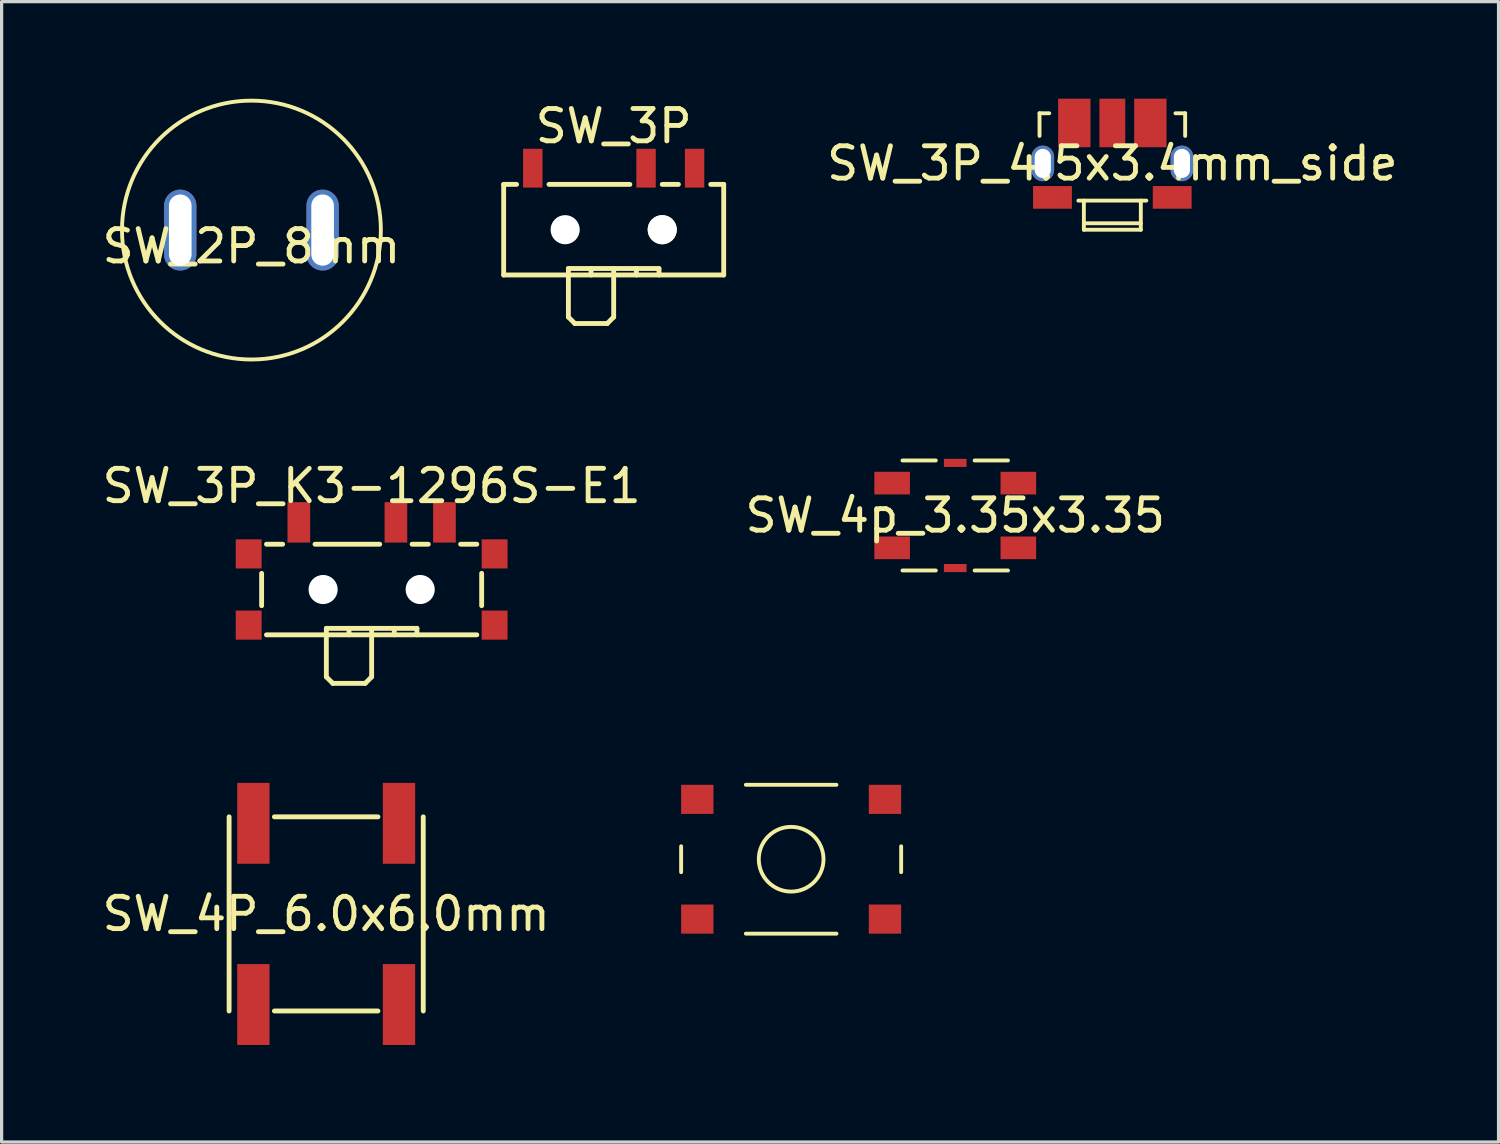
<source format=kicad_pcb>
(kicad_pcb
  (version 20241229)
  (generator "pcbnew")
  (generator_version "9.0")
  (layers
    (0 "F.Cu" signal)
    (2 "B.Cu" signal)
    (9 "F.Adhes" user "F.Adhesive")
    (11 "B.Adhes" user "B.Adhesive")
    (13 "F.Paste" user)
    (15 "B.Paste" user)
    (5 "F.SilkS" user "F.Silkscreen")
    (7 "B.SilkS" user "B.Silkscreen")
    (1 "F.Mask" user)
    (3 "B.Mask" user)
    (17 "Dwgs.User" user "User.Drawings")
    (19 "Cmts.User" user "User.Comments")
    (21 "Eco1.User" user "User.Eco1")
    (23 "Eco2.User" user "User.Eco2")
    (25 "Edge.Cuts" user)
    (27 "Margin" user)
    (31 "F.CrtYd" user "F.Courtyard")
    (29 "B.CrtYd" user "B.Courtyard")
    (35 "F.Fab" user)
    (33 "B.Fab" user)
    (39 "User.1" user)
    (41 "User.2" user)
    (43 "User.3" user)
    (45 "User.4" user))
  (footprint "SW_3P_K3-1296S-E1"
    (layer "F.Cu")
    (at 8.435 15.168)
    (property "Reference" "SW_3P_K3-1296S-E1" (at 0 -3.2 0) (layer "F.SilkS") (effects (font (size 1 1) (thickness 0.15))))
    (attr through_hole)
    (fp_line (start -3.4 0.5) (end -3.4 -0.5) (stroke (width 0.15) (type solid)) (layer "F.SilkS"))
    (fp_line (start -3.25 -1.4) (end -2.75 -1.4) (stroke (width 0.15) (type solid)) (layer "F.SilkS"))
    (fp_line (start -3.25 1.4) (end 3.25 1.4) (stroke (width 0.15) (type solid)) (layer "F.SilkS"))
    (fp_line (start -1.75 -1.4) (end 0.25 -1.4) (stroke (width 0.15) (type solid)) (layer "F.SilkS"))
    (fp_line (start -1.4 1.2) (end -1.4 1.4) (stroke (width 0.15) (type solid)) (layer "F.SilkS"))
    (fp_line (start -1.4 1.4) (end -1.4 2.7) (stroke (width 0.15) (type solid)) (layer "F.SilkS"))
    (fp_line (start -1.4 2.7) (end -1.2 2.9) (stroke (width 0.15) (type solid)) (layer "F.SilkS"))
    (fp_line (start -1.2 2.9) (end -0.2 2.9) (stroke (width 0.15) (type solid)) (layer "F.SilkS"))
    (fp_line (start -0.7 1.2) (end -1.4 1.2) (stroke (width 0.15) (type solid)) (layer "F.SilkS"))
    (fp_line (start -0.7 1.2) (end 0.7 1.2) (stroke (width 0.15) (type solid)) (layer "F.SilkS"))
    (fp_line (start -0.7 1.4) (end -0.7 1.2) (stroke (width 0.15) (type solid)) (layer "F.SilkS"))
    (fp_line (start -0.2 2.9) (end 0 2.7) (stroke (width 0.15) (type solid)) (layer "F.SilkS"))
    (fp_line (start 0 1.2) (end 0 1.4) (stroke (width 0.15) (type solid)) (layer "F.SilkS"))
    (fp_line (start 0 2.7) (end 0 1.4) (stroke (width 0.15) (type solid)) (layer "F.SilkS"))
    (fp_line (start 0.7 1.2) (end 0.7 1.4) (stroke (width 0.15) (type solid)) (layer "F.SilkS"))
    (fp_line (start 0.7 1.2) (end 1.4 1.2) (stroke (width 0.15) (type solid)) (layer "F.SilkS"))
    (fp_line (start 1.25 -1.4) (end 1.75 -1.4) (stroke (width 0.15) (type solid)) (layer "F.SilkS"))
    (fp_line (start 1.4 1.2) (end 1.4 1.4) (stroke (width 0.15) (type solid)) (layer "F.SilkS"))
    (fp_line (start 3.25 -1.4) (end 2.75 -1.4) (stroke (width 0.15) (type solid)) (layer "F.SilkS"))
    (fp_line (start 3.4 0.5) (end 3.4 -0.5) (stroke (width 0.15) (type solid)) (layer "F.SilkS"))
    (pad "" np_thru_hole circle (at -1.5 0) (size 0.9 0.9) (drill 0.9) (layers "*.Cu" "*.Mask"))
    (pad "" np_thru_hole circle (at 1.5 0) (size 0.9 0.9) (drill 0.9) (layers "*.Cu" "*.Mask"))
    (pad "1" smd rect (at -2.25 -2.075) (size 0.7 1.25) (layers "F.Cu" "F.Mask" "F.Paste"))
    (pad "2" smd rect (at 0.75 -2.075) (size 0.7 1.25) (layers "F.Cu" "F.Mask" "F.Paste"))
    (pad "3" smd rect (at 2.25 -2.075) (size 0.7 1.25) (layers "F.Cu" "F.Mask" "F.Paste"))
    (pad "MP" smd rect (at -3.8 -1.1) (size 0.8 0.9) (layers "F.Cu" "F.Mask" "F.Paste"))
    (pad "MP" smd rect (at -3.8 1.1) (size 0.8 0.9) (layers "F.Cu" "F.Mask" "F.Paste"))
    (pad "MP" smd rect (at 3.8 -1.1) (size 0.8 0.9) (layers "F.Cu" "F.Mask" "F.Paste"))
    (pad "MP" smd rect (at 3.8 1.1) (size 0.8 0.9) (layers "F.Cu" "F.Mask" "F.Paste")))
  (footprint "SW_4P_6.0x6.0mm"
    (layer "F.Cu")
    (at 7.03 25.193)
    (property "Reference" "SW_4P_6.0x6.0mm" (at 0 0 0) (layer "F.SilkS") (effects (font (size 1 1) (thickness 0.15))))
    (attr through_hole)
    (fp_line (start -3 -3) (end -3 3) (stroke (width 0.15) (type solid)) (layer "F.SilkS"))
    (fp_line (start -1.6 3) (end 1.6 3) (stroke (width 0.15) (type solid)) (layer "F.SilkS"))
    (fp_line (start 1.6 -3) (end -1.6 -3) (stroke (width 0.15) (type solid)) (layer "F.SilkS"))
    (fp_line (start 3 3) (end 3 -3) (stroke (width 0.15) (type solid)) (layer "F.SilkS"))
    (pad "1" smd rect (at -2.25 -2.8) (size 1 2.5) (layers "F.Cu" "F.Mask" "F.Paste"))
    (pad "2" smd rect (at -2.25 2.8) (size 1 2.5) (layers "F.Cu" "F.Mask" "F.Paste"))
    (pad "3" smd rect (at 2.25 2.8) (size 1 2.5) (layers "F.Cu" "F.Mask" "F.Paste"))
    (pad "4" smd rect (at 2.25 -2.8) (size 1 2.5) (layers "F.Cu" "F.Mask" "F.Paste")))
  (footprint "SW_3P_4.5x3.4mm_side"
    (layer "F.Cu")
    (at 31.325 2)
    (property "Reference" "SW_3P_4.5x3.4mm_side" (at 0 0 0) (layer "F.SilkS") (effects (font (size 1 1) (thickness 0.15))))
    (attr through_hole)
    (fp_line (start -2.25 -1.55) (end -1.95 -1.55) (stroke (width 0.12) (type solid)) (layer "F.SilkS"))
    (fp_line (start -2.25 -0.85) (end -2.25 -1.55) (stroke (width 0.12) (type solid)) (layer "F.SilkS"))
    (fp_line (start -1.05 1.15) (end 1.05 1.15) (stroke (width 0.12) (type solid)) (layer "F.SilkS"))
    (fp_line (start -0.88 1.85) (end 0.88 1.85) (stroke (width 0.12) (type solid)) (layer "F.SilkS"))
    (fp_line (start -0.88 2.05) (end -0.88 1.15) (stroke (width 0.12) (type solid)) (layer "F.SilkS"))
    (fp_line (start -0.88 2.05) (end 0.88 2.05) (stroke (width 0.12) (type solid)) (layer "F.SilkS"))
    (fp_line (start 0.88 2.05) (end 0.88 1.15) (stroke (width 0.12) (type solid)) (layer "F.SilkS"))
    (fp_line (start 2.25 -1.55) (end 1.95 -1.55) (stroke (width 0.12) (type solid)) (layer "F.SilkS"))
    (fp_line (start 2.25 -0.85) (end 2.25 -1.55) (stroke (width 0.12) (type solid)) (layer "F.SilkS"))
    (pad "1" smd rect (at -1.175 -1.25) (size 1 1.5) (layers "F.Cu" "F.Mask" "F.Paste"))
    (pad "1" smd rect (at 1.175 -1.25) (size 1 1.5) (layers "F.Cu" "F.Mask" "F.Paste"))
    (pad "2" smd rect (at 0 -1.25) (size 0.8 1.5) (layers "F.Cu" "F.Mask" "F.Paste"))
    (pad "3" thru_hole oval (at -2.15 0) (size 0.7 1.1) (drill oval 0.5 0.9) (layers "*.Cu" "*.Mask"))
    (pad "3" smd rect (at -1.85 1.05) (size 1.2 0.7) (layers "F.Cu" "F.Mask" "F.Paste"))
    (pad "3" smd rect (at 1.85 1.05) (size 1.2 0.7) (layers "F.Cu" "F.Mask" "F.Paste"))
    (pad "3" thru_hole oval (at 2.15 0) (size 0.7 1.1) (drill oval 0.5 0.9) (layers "*.Cu" "*.Mask")))
  (footprint "SW_4p_3.35x3.35"
    (layer "F.Cu")
    (at 26.47 12.88)
    (property "Reference" "SW_4p_3.35x3.35" (at 0 0 0) (layer "F.SilkS") (effects (font (size 1 1) (thickness 0.15))))
    (attr through_hole)
    (fp_line (start -1.63 -1.7) (end -0.6 -1.7) (stroke (width 0.12) (type solid)) (layer "F.SilkS"))
    (fp_line (start -1.63 1.7) (end -0.6 1.7) (stroke (width 0.12) (type solid)) (layer "F.SilkS"))
    (fp_line (start 1.63 -1.7) (end 0.6 -1.7) (stroke (width 0.12) (type solid)) (layer "F.SilkS"))
    (fp_line (start 1.63 1.7) (end 0.6 1.7) (stroke (width 0.12) (type solid)) (layer "F.SilkS"))
    (pad "1" smd rect (at -1.95 -1) (size 1.1 0.7) (layers "F.Cu" "F.Mask" "F.Paste"))
    (pad "1" smd rect (at 1.95 -1) (size 1.1 0.7) (layers "F.Cu" "F.Mask" "F.Paste"))
    (pad "2" smd rect (at -1.95 1) (size 1.1 0.7) (layers "F.Cu" "F.Mask" "F.Paste"))
    (pad "2" smd rect (at 1.95 1) (size 1.1 0.7) (layers "F.Cu" "F.Mask" "F.Paste"))
    (pad "SH" smd rect (at 0 -1.625) (size 0.7 0.25) (layers "F.Cu" "F.Mask" "F.Paste"))
    (pad "SH" smd rect (at 0 1.625) (size 0.7 0.25) (layers "F.Cu" "F.Mask" "F.Paste")))
  (footprint "SW_2P_8mm"
    (layer "F.Cu")
    (at 4.72 4.06)
    (property "Reference" "SW_2P_8mm" (at 0 0.5 0) (layer "F.SilkS") (effects (font (size 1 1) (thickness 0.15))))
    (attr through_hole)
    (fp_circle (center 0 0) (end 4 0) (stroke (width 0.12) (type solid)) (fill no) (layer "F.SilkS"))
    (pad "1" thru_hole oval (at -2.2 0) (size 1 2.5) (drill oval 0.7 2.2) (layers "*.Cu" "*.Mask"))
    (pad "2" thru_hole oval (at 2.2 0) (size 1 2.5) (drill oval 0.7 2.2) (layers "*.Cu" "*.Mask")))
  (footprint "SW_5.2x5.2"
    (layer "F.Cu")
    (at 21.399 23.503)
    (property "Reference" "SW_5.2x5.2" (at 0 0 0) (layer "Eco2.User") (effects (font (size 1 1) (thickness 0.15))))
    (attr through_hole)
    (fp_line (start -3.4 -0.4) (end -3.4 0.4) (stroke (width 0.12) (type solid)) (layer "F.SilkS"))
    (fp_line (start -1.4 -2.3) (end 1.4 -2.3) (stroke (width 0.12) (type solid)) (layer "F.SilkS"))
    (fp_line (start 1.4 2.3) (end -1.4 2.3) (stroke (width 0.12) (type solid)) (layer "F.SilkS"))
    (fp_line (start 3.4 -0.4) (end 3.4 0.4) (stroke (width 0.12) (type solid)) (layer "F.SilkS"))
    (fp_circle (center 0 0) (end 1 0) (stroke (width 0.12) (type solid)) (fill no) (layer "F.SilkS"))
    (pad "1" smd rect (at -2.9 -1.85) (size 1 0.9) (layers "F.Cu" "F.Mask" "F.Paste"))
    (pad "1" smd rect (at 2.9 -1.85) (size 1 0.9) (layers "F.Cu" "F.Mask" "F.Paste"))
    (pad "2" smd rect (at -2.9 1.85) (size 1 0.9) (layers "F.Cu" "F.Mask" "F.Paste"))
    (pad "2" smd rect (at 2.9 1.85) (size 1 0.9) (layers "F.Cu" "F.Mask" "F.Paste")))
  (footprint "SW_3P"
    (layer "F.Cu")
    (at 15.915 4.048)
    (property "Reference" "SW_3P" (at 0 -3.2 0) (layer "F.SilkS") (effects (font (size 1 1) (thickness 0.15))))
    (attr through_hole)
    (fp_line (start -3.4 -1.4) (end -3 -1.4) (stroke (width 0.15) (type solid)) (layer "F.SilkS"))
    (fp_line (start -3.4 1.4) (end -3.4 -1.4) (stroke (width 0.15) (type solid)) (layer "F.SilkS"))
    (fp_line (start -3.4 1.4) (end 3.4 1.4) (stroke (width 0.15) (type solid)) (layer "F.SilkS"))
    (fp_line (start -2 -1.4) (end 0.5 -1.4) (stroke (width 0.15) (type solid)) (layer "F.SilkS"))
    (fp_line (start -1.4 1.2) (end -1.4 1.4) (stroke (width 0.15) (type solid)) (layer "F.SilkS"))
    (fp_line (start -1.4 1.4) (end -1.4 2.7) (stroke (width 0.15) (type solid)) (layer "F.SilkS"))
    (fp_line (start -1.4 2.7) (end -1.2 2.9) (stroke (width 0.15) (type solid)) (layer "F.SilkS"))
    (fp_line (start -1.2 2.9) (end -0.2 2.9) (stroke (width 0.15) (type solid)) (layer "F.SilkS"))
    (fp_line (start -0.7 1.2) (end -1.4 1.2) (stroke (width 0.15) (type solid)) (layer "F.SilkS"))
    (fp_line (start -0.7 1.2) (end 0.7 1.2) (stroke (width 0.15) (type solid)) (layer "F.SilkS"))
    (fp_line (start -0.7 1.4) (end -0.7 1.2) (stroke (width 0.15) (type solid)) (layer "F.SilkS"))
    (fp_line (start -0.2 2.9) (end 0 2.7) (stroke (width 0.15) (type solid)) (layer "F.SilkS"))
    (fp_line (start 0 1.2) (end 0 1.4) (stroke (width 0.15) (type solid)) (layer "F.SilkS"))
    (fp_line (start 0 2.7) (end 0 1.4) (stroke (width 0.15) (type solid)) (layer "F.SilkS"))
    (fp_line (start 0.7 1.2) (end 0.7 1.4) (stroke (width 0.15) (type solid)) (layer "F.SilkS"))
    (fp_line (start 0.7 1.2) (end 1.4 1.2) (stroke (width 0.15) (type solid)) (layer "F.SilkS"))
    (fp_line (start 1.4 1.2) (end 1.4 1.4) (stroke (width 0.15) (type solid)) (layer "F.SilkS"))
    (fp_line (start 1.5 -1.4) (end 2 -1.4) (stroke (width 0.15) (type solid)) (layer "F.SilkS"))
    (fp_line (start 3.4 -1.4) (end 3 -1.4) (stroke (width 0.15) (type solid)) (layer "F.SilkS"))
    (fp_line (start 3.4 1.4) (end 3.4 -1.4) (stroke (width 0.15) (type solid)) (layer "F.SilkS"))
    (pad "" np_thru_hole circle (at -1.5 0) (size 0.9 0.9) (drill 0.9) (layers "*.Cu" "*.Mask"))
    (pad "" np_thru_hole circle (at 1.5 0) (size 0.9 0.9) (drill 0.9) (layers "*.Cu" "*.Mask" "F.SilkS"))
    (pad "1" smd rect (at -2.5 -1.9) (size 0.6 1.2) (layers "F.Cu" "F.Mask" "F.Paste"))
    (pad "2" smd rect (at 1 -1.9) (size 0.6 1.2) (layers "F.Cu" "F.Mask" "F.Paste"))
    (pad "3" smd rect (at 2.5 -1.9) (size 0.6 1.2) (layers "F.Cu" "F.Mask" "F.Paste")))
  (gr_rect
    (start -3 -3)
    (end 43.26 32.243)
    (stroke (width 0.1) (type default))
    (fill no)
    (layer "Edge.Cuts")))
</source>
